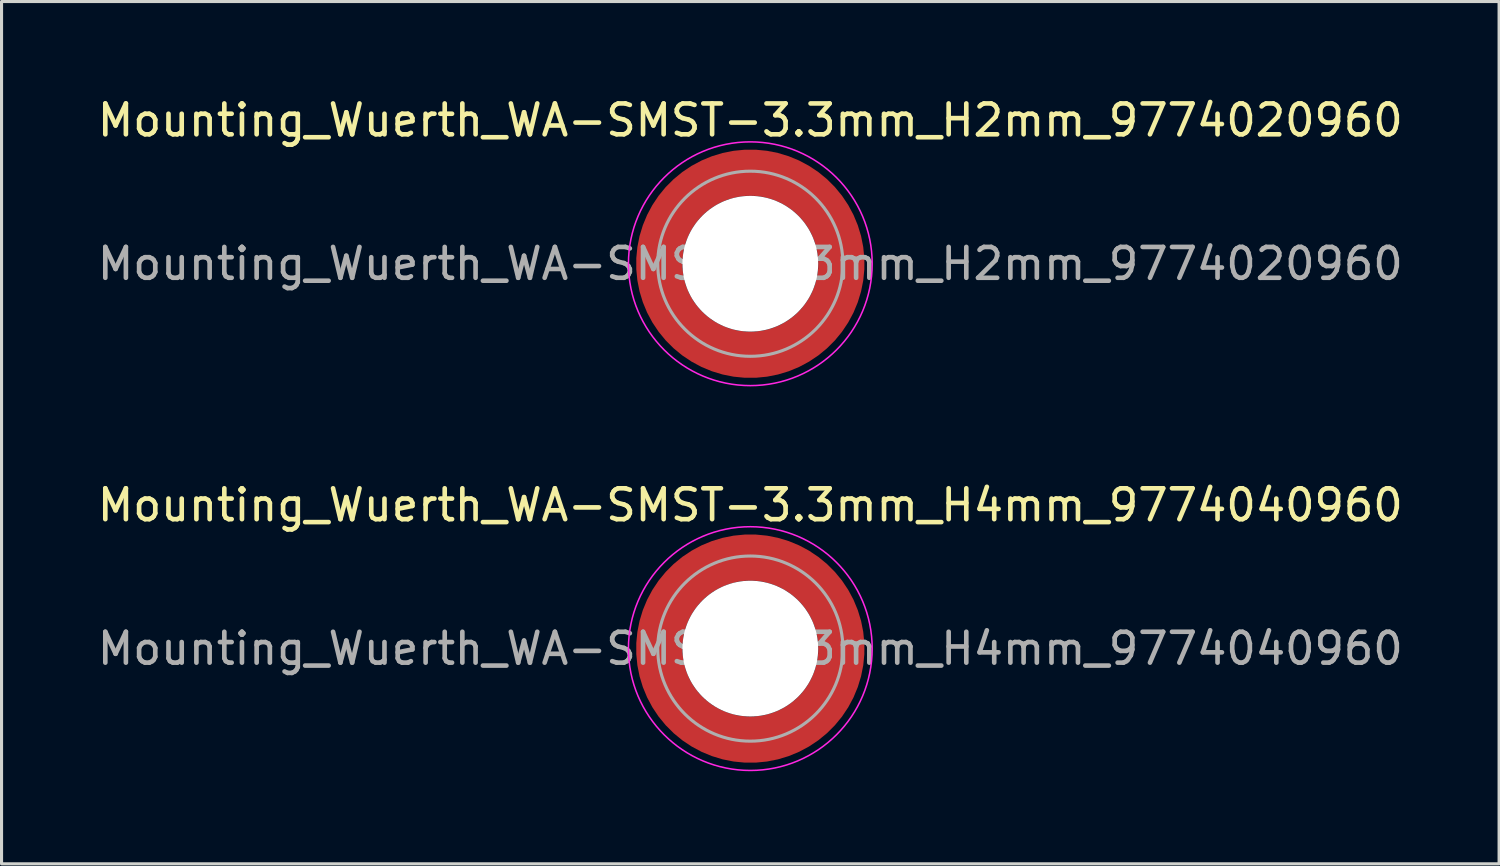
<source format=kicad_pcb>
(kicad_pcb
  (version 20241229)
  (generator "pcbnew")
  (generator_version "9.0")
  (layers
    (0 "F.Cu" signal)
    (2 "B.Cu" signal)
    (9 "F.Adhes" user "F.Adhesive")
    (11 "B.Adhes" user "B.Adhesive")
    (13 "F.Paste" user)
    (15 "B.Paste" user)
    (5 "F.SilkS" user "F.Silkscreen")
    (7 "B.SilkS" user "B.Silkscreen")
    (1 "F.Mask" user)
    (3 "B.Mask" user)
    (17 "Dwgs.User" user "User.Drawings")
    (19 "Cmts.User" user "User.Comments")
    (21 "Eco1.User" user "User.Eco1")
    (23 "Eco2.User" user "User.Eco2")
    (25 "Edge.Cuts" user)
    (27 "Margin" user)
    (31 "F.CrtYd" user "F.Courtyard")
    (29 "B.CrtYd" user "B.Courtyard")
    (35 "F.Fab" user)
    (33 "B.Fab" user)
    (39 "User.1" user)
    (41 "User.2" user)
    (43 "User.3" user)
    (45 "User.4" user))
  (footprint "Mounting_Wuerth_WA-SMST-3.3mm_H2mm_9774020960"
    (layer "F.Cu")
    (at 21.268 5.498)
    (property "Reference" "Mounting_Wuerth_WA-SMST-3.3mm_H2mm_9774020960" (at 0 -4.65 0) (layer "F.SilkS") (effects (font (size 1 1) (thickness 0.15))))
    (attr smd allow_soldermask_bridges)
    (fp_circle (center 0 0) (end 3.95 0) (stroke (width 0.05) (type solid)) (fill no) (layer "F.CrtYd"))
    (fp_circle (center 0 0) (end 3 0) (stroke (width 0.1) (type solid)) (fill no) (layer "F.Fab"))
    (fp_text user "${REFERENCE}" (at 0 0 0) (layer "F.Fab") (effects (font (size 1 1) (thickness 0.15))))
    (pad "" smd custom (at -2.058 -2.058) (size 0.55 0.55) (layers "F.Paste") (options (anchor circle)) (primitives (gr_arc (start -0.377294 1.707681) (mid 0.318198 0.318198) (end 1.707681 -0.377294) (width 0.2)) (gr_arc (start -0.478281 1.707681) (mid 0.247487 0.247487) (end 1.707681 -0.478281) (width 0.2)) (gr_arc (start -0.579192 1.707681) (mid 0.176777 0.176777) (end 1.707681 -0.579192) (width 0.2)) (gr_arc (start -0.680037 1.707681) (mid 0.106066 0.106066) (end 1.707681 -0.680037) (width 0.2)) (gr_arc (start -0.780822 1.707681) (mid 0.035355 0.035355) (end 1.707681 -0.780822) (width 0.2)) (gr_arc (start -0.881554 1.707681) (mid -0.035355 -0.035355) (end 1.707681 -0.881554) (width 0.2)) (gr_arc (start -0.982237 1.707681) (mid -0.106066 -0.106066) (end 1.707681 -0.982237) (width 0.2)) (gr_arc (start -1.082877 1.707681) (mid -0.176777 -0.176777) (end 1.707681 -1.082877) (width 0.2)) (gr_arc (start -1.183476 1.707681) (mid -0.247487 -0.247487) (end 1.707681 -1.183476) (width 0.2)) (gr_arc (start -1.28404 1.707681) (mid -0.318198 -0.318198) (end 1.707681 -1.28404) (width 0.2)) (gr_line (start 1.708 -0.377) (end 1.708 -1.284) (width 0.2)) (gr_line (start -0.377 1.708) (end -1.284 1.708) (width 0.2))))
    (pad "" smd custom (at -2.058 2.058) (size 0.55 0.55) (layers "F.Paste") (options (anchor circle)) (primitives (gr_arc (start 1.707681 0.377294) (mid 0.318198 -0.318198) (end -0.377294 -1.707681) (width 0.2)) (gr_arc (start 1.707681 0.478281) (mid 0.247487 -0.247487) (end -0.478281 -1.707681) (width 0.2)) (gr_arc (start 1.707681 0.579192) (mid 0.176777 -0.176777) (end -0.579192 -1.707681) (width 0.2)) (gr_arc (start 1.707681 0.680037) (mid 0.106066 -0.106066) (end -0.680037 -1.707681) (width 0.2)) (gr_arc (start 1.707681 0.780822) (mid 0.035355 -0.035355) (end -0.780822 -1.707681) (width 0.2)) (gr_arc (start 1.707681 0.881554) (mid -0.035355 0.035355) (end -0.881554 -1.707681) (width 0.2)) (gr_arc (start 1.707681 0.982237) (mid -0.106066 0.106066) (end -0.982237 -1.707681) (width 0.2)) (gr_arc (start 1.707681 1.082877) (mid -0.176777 0.176777) (end -1.082877 -1.707681) (width 0.2)) (gr_arc (start 1.707681 1.183476) (mid -0.247487 0.247487) (end -1.183476 -1.707681) (width 0.2)) (gr_arc (start 1.707681 1.28404) (mid -0.318198 0.318198) (end -1.28404 -1.707681) (width 0.2)) (gr_line (start -0.377 -1.708) (end -1.284 -1.708) (width 0.2)) (gr_line (start 1.708 0.377) (end 1.708 1.284) (width 0.2))))
    (pad "" np_thru_hole circle (at 0 0) (size 4.4 4.4) (drill 4.4) (layers "*.Cu" "*.Mask"))
    (pad "" smd custom (at 2.058 -2.058) (size 0.55 0.55) (layers "F.Paste") (options (anchor circle)) (primitives (gr_arc (start -1.707681 -0.377294) (mid -0.318198 0.318198) (end 0.377294 1.707681) (width 0.2)) (gr_arc (start -1.707681 -0.478281) (mid -0.247487 0.247487) (end 0.478281 1.707681) (width 0.2)) (gr_arc (start -1.707681 -0.579192) (mid -0.176777 0.176777) (end 0.579192 1.707681) (width 0.2)) (gr_arc (start -1.707681 -0.680037) (mid -0.106066 0.106066) (end 0.680037 1.707681) (width 0.2)) (gr_arc (start -1.707681 -0.780822) (mid -0.035355 0.035355) (end 0.780822 1.707681) (width 0.2)) (gr_arc (start -1.707681 -0.881554) (mid 0.035355 -0.035355) (end 0.881554 1.707681) (width 0.2)) (gr_arc (start -1.707681 -0.982237) (mid 0.106066 -0.106066) (end 0.982237 1.707681) (width 0.2)) (gr_arc (start -1.707681 -1.082877) (mid 0.176777 -0.176777) (end 1.082877 1.707681) (width 0.2)) (gr_arc (start -1.707681 -1.183476) (mid 0.247487 -0.247487) (end 1.183476 1.707681) (width 0.2)) (gr_arc (start -1.707681 -1.28404) (mid 0.318198 -0.318198) (end 1.28404 1.707681) (width 0.2)) (gr_line (start 0.377 1.708) (end 1.284 1.708) (width 0.2)) (gr_line (start -1.708 -0.377) (end -1.708 -1.284) (width 0.2))))
    (pad "" smd custom (at 2.058 2.058) (size 0.55 0.55) (layers "F.Paste") (options (anchor circle)) (primitives (gr_arc (start 0.377294 -1.707681) (mid -0.318198 -0.318198) (end -1.707681 0.377294) (width 0.2)) (gr_arc (start 0.478281 -1.707681) (mid -0.247487 -0.247487) (end -1.707681 0.478281) (width 0.2)) (gr_arc (start 0.579192 -1.707681) (mid -0.176777 -0.176777) (end -1.707681 0.579192) (width 0.2)) (gr_arc (start 0.680037 -1.707681) (mid -0.106066 -0.106066) (end -1.707681 0.680037) (width 0.2)) (gr_arc (start 0.780822 -1.707681) (mid -0.035355 -0.035355) (end -1.707681 0.780822) (width 0.2)) (gr_arc (start 0.881554 -1.707681) (mid 0.035355 0.035355) (end -1.707681 0.881554) (width 0.2)) (gr_arc (start 0.982237 -1.707681) (mid 0.106066 0.106066) (end -1.707681 0.982237) (width 0.2)) (gr_arc (start 1.082877 -1.707681) (mid 0.176777 0.176777) (end -1.707681 1.082877) (width 0.2)) (gr_arc (start 1.183476 -1.707681) (mid 0.247487 0.247487) (end -1.707681 1.183476) (width 0.2)) (gr_arc (start 1.28404 -1.707681) (mid 0.318198 0.318198) (end -1.707681 1.28404) (width 0.2)) (gr_line (start -1.708 0.377) (end -1.708 1.284) (width 0.2)) (gr_line (start 0.377 -1.708) (end 1.284 -1.708) (width 0.2))))
    (pad "1" smd circle (at -2.95 0) (size 0.992 0.992) (layers "F.Cu"))
    (pad "1" smd circle (at 0 -2.95) (size 0.992 0.992) (layers "F.Cu"))
    (pad "1" smd circle (at 0 2.95) (size 0.992 0.992) (layers "F.Cu"))
    (pad "1" smd custom (at 2.95 0) (size 1.5 1.5) (layers "F.Cu" "F.Mask") (options (anchor circle)) (primitives (gr_circle (center -2.95 0) (end 0 0) (width 1.5) (fill no)))))
  (footprint "Mounting_Wuerth_WA-SMST-3.3mm_H4mm_9774040960"
    (layer "F.Cu")
    (at 21.268 17.971)
    (property "Reference" "Mounting_Wuerth_WA-SMST-3.3mm_H4mm_9774040960" (at 0 -4.65 0) (layer "F.SilkS") (effects (font (size 1 1) (thickness 0.15))))
    (attr smd allow_soldermask_bridges)
    (fp_circle (center 0 0) (end 3.95 0) (stroke (width 0.05) (type solid)) (fill no) (layer "F.CrtYd"))
    (fp_circle (center 0 0) (end 3 0) (stroke (width 0.1) (type solid)) (fill no) (layer "F.Fab"))
    (fp_text user "${REFERENCE}" (at 0 0 0) (layer "F.Fab") (effects (font (size 1 1) (thickness 0.15))))
    (pad "" smd custom (at -2.058 -2.058) (size 0.55 0.55) (layers "F.Paste") (options (anchor circle)) (primitives (gr_arc (start -0.377294 1.707681) (mid 0.318198 0.318198) (end 1.707681 -0.377294) (width 0.2)) (gr_arc (start -0.478281 1.707681) (mid 0.247487 0.247487) (end 1.707681 -0.478281) (width 0.2)) (gr_arc (start -0.579192 1.707681) (mid 0.176777 0.176777) (end 1.707681 -0.579192) (width 0.2)) (gr_arc (start -0.680037 1.707681) (mid 0.106066 0.106066) (end 1.707681 -0.680037) (width 0.2)) (gr_arc (start -0.780822 1.707681) (mid 0.035355 0.035355) (end 1.707681 -0.780822) (width 0.2)) (gr_arc (start -0.881554 1.707681) (mid -0.035355 -0.035355) (end 1.707681 -0.881554) (width 0.2)) (gr_arc (start -0.982237 1.707681) (mid -0.106066 -0.106066) (end 1.707681 -0.982237) (width 0.2)) (gr_arc (start -1.082877 1.707681) (mid -0.176777 -0.176777) (end 1.707681 -1.082877) (width 0.2)) (gr_arc (start -1.183476 1.707681) (mid -0.247487 -0.247487) (end 1.707681 -1.183476) (width 0.2)) (gr_arc (start -1.28404 1.707681) (mid -0.318198 -0.318198) (end 1.707681 -1.28404) (width 0.2)) (gr_line (start 1.708 -0.377) (end 1.708 -1.284) (width 0.2)) (gr_line (start -0.377 1.708) (end -1.284 1.708) (width 0.2))))
    (pad "" smd custom (at -2.058 2.058) (size 0.55 0.55) (layers "F.Paste") (options (anchor circle)) (primitives (gr_arc (start 1.707681 0.377294) (mid 0.318198 -0.318198) (end -0.377294 -1.707681) (width 0.2)) (gr_arc (start 1.707681 0.478281) (mid 0.247487 -0.247487) (end -0.478281 -1.707681) (width 0.2)) (gr_arc (start 1.707681 0.579192) (mid 0.176777 -0.176777) (end -0.579192 -1.707681) (width 0.2)) (gr_arc (start 1.707681 0.680037) (mid 0.106066 -0.106066) (end -0.680037 -1.707681) (width 0.2)) (gr_arc (start 1.707681 0.780822) (mid 0.035355 -0.035355) (end -0.780822 -1.707681) (width 0.2)) (gr_arc (start 1.707681 0.881554) (mid -0.035355 0.035355) (end -0.881554 -1.707681) (width 0.2)) (gr_arc (start 1.707681 0.982237) (mid -0.106066 0.106066) (end -0.982237 -1.707681) (width 0.2)) (gr_arc (start 1.707681 1.082877) (mid -0.176777 0.176777) (end -1.082877 -1.707681) (width 0.2)) (gr_arc (start 1.707681 1.183476) (mid -0.247487 0.247487) (end -1.183476 -1.707681) (width 0.2)) (gr_arc (start 1.707681 1.28404) (mid -0.318198 0.318198) (end -1.28404 -1.707681) (width 0.2)) (gr_line (start -0.377 -1.708) (end -1.284 -1.708) (width 0.2)) (gr_line (start 1.708 0.377) (end 1.708 1.284) (width 0.2))))
    (pad "" np_thru_hole circle (at 0 0) (size 4.4 4.4) (drill 4.4) (layers "*.Cu" "*.Mask"))
    (pad "" smd custom (at 2.058 -2.058) (size 0.55 0.55) (layers "F.Paste") (options (anchor circle)) (primitives (gr_arc (start -1.707681 -0.377294) (mid -0.318198 0.318198) (end 0.377294 1.707681) (width 0.2)) (gr_arc (start -1.707681 -0.478281) (mid -0.247487 0.247487) (end 0.478281 1.707681) (width 0.2)) (gr_arc (start -1.707681 -0.579192) (mid -0.176777 0.176777) (end 0.579192 1.707681) (width 0.2)) (gr_arc (start -1.707681 -0.680037) (mid -0.106066 0.106066) (end 0.680037 1.707681) (width 0.2)) (gr_arc (start -1.707681 -0.780822) (mid -0.035355 0.035355) (end 0.780822 1.707681) (width 0.2)) (gr_arc (start -1.707681 -0.881554) (mid 0.035355 -0.035355) (end 0.881554 1.707681) (width 0.2)) (gr_arc (start -1.707681 -0.982237) (mid 0.106066 -0.106066) (end 0.982237 1.707681) (width 0.2)) (gr_arc (start -1.707681 -1.082877) (mid 0.176777 -0.176777) (end 1.082877 1.707681) (width 0.2)) (gr_arc (start -1.707681 -1.183476) (mid 0.247487 -0.247487) (end 1.183476 1.707681) (width 0.2)) (gr_arc (start -1.707681 -1.28404) (mid 0.318198 -0.318198) (end 1.28404 1.707681) (width 0.2)) (gr_line (start 0.377 1.708) (end 1.284 1.708) (width 0.2)) (gr_line (start -1.708 -0.377) (end -1.708 -1.284) (width 0.2))))
    (pad "" smd custom (at 2.058 2.058) (size 0.55 0.55) (layers "F.Paste") (options (anchor circle)) (primitives (gr_arc (start 0.377294 -1.707681) (mid -0.318198 -0.318198) (end -1.707681 0.377294) (width 0.2)) (gr_arc (start 0.478281 -1.707681) (mid -0.247487 -0.247487) (end -1.707681 0.478281) (width 0.2)) (gr_arc (start 0.579192 -1.707681) (mid -0.176777 -0.176777) (end -1.707681 0.579192) (width 0.2)) (gr_arc (start 0.680037 -1.707681) (mid -0.106066 -0.106066) (end -1.707681 0.680037) (width 0.2)) (gr_arc (start 0.780822 -1.707681) (mid -0.035355 -0.035355) (end -1.707681 0.780822) (width 0.2)) (gr_arc (start 0.881554 -1.707681) (mid 0.035355 0.035355) (end -1.707681 0.881554) (width 0.2)) (gr_arc (start 0.982237 -1.707681) (mid 0.106066 0.106066) (end -1.707681 0.982237) (width 0.2)) (gr_arc (start 1.082877 -1.707681) (mid 0.176777 0.176777) (end -1.707681 1.082877) (width 0.2)) (gr_arc (start 1.183476 -1.707681) (mid 0.247487 0.247487) (end -1.707681 1.183476) (width 0.2)) (gr_arc (start 1.28404 -1.707681) (mid 0.318198 0.318198) (end -1.707681 1.28404) (width 0.2)) (gr_line (start -1.708 0.377) (end -1.708 1.284) (width 0.2)) (gr_line (start 0.377 -1.708) (end 1.284 -1.708) (width 0.2))))
    (pad "1" smd circle (at -2.95 0) (size 0.992 0.992) (layers "F.Cu"))
    (pad "1" smd circle (at 0 -2.95) (size 0.992 0.992) (layers "F.Cu"))
    (pad "1" smd circle (at 0 2.95) (size 0.992 0.992) (layers "F.Cu"))
    (pad "1" smd custom (at 2.95 0) (size 1.5 1.5) (layers "F.Cu" "F.Mask") (options (anchor circle)) (primitives (gr_circle (center -2.95 0) (end 0 0) (width 1.5) (fill no)))))
  (gr_rect
    (start -3 -3)
    (end 45.536 24.947)
    (stroke (width 0.1) (type default))
    (fill no)
    (layer "Edge.Cuts")))
</source>
